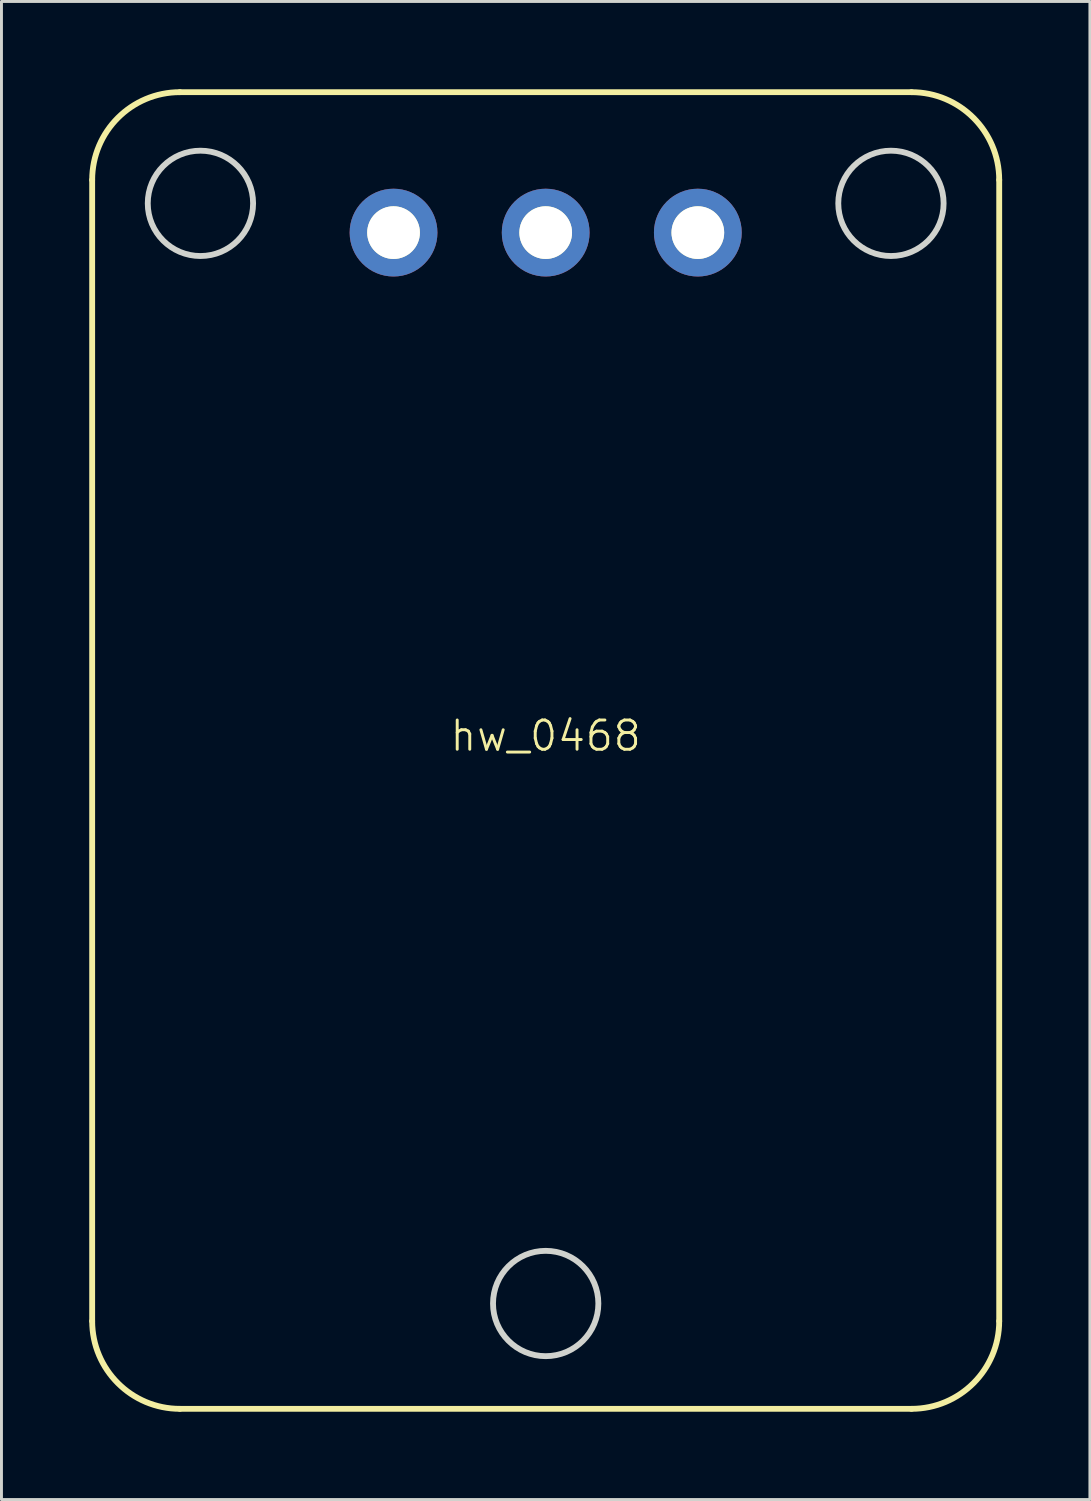
<source format=kicad_pcb>
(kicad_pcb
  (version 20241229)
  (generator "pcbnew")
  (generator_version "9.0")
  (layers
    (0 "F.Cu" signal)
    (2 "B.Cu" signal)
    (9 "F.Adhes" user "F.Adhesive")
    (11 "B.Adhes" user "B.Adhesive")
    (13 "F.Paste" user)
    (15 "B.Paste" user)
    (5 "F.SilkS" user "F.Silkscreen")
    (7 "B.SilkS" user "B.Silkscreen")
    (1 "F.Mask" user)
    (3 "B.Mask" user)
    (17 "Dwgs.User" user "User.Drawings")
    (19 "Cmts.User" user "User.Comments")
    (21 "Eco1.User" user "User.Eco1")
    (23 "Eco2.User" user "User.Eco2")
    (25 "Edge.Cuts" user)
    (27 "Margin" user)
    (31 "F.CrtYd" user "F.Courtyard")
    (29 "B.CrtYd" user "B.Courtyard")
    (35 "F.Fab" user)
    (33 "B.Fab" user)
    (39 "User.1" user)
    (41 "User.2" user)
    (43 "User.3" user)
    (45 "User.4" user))
  (footprint "hw_0468"
    (layer "F.Cu")
    (at 15.6 22.6)
    (property "Reference" "hw_0468" (at 0 -0.5 0) (unlocked yes) (layer "F.SilkS") (effects (font (size 1 1) (thickness 0.1))))
    (attr smd)
    (fp_line (start -15.5 -19.5) (end -15.5 19.5) (stroke (width 0.2) (type default)) (layer "F.SilkS"))
    (fp_line (start -12.5 22.5) (end 12.5 22.5) (stroke (width 0.2) (type default)) (layer "F.SilkS"))
    (fp_line (start 12.5 -22.5) (end -12.5 -22.5) (stroke (width 0.2) (type default)) (layer "F.SilkS"))
    (fp_line (start 15.5 19.5) (end 15.5 -19.5) (stroke (width 0.2) (type default)) (layer "F.SilkS"))
    (fp_arc (start -15.5 -19.5) (mid -14.62132 -21.621321) (end -12.499999 -22.500001) (stroke (width 0.2) (type default)) (layer "F.SilkS"))
    (fp_arc (start -12.499999 22.499999) (mid -14.62132 21.621319) (end -15.5 19.499998) (stroke (width 0.2) (type default)) (layer "F.SilkS"))
    (fp_arc (start 12.5 -22.500001) (mid 14.62132 -21.621321) (end 15.5 -19.500001) (stroke (width 0.2) (type default)) (layer "F.SilkS"))
    (fp_arc (start 15.5 19.499999) (mid 14.62132 21.621319) (end 12.5 22.499999) (stroke (width 0.2) (type default)) (layer "F.SilkS"))
    (fp_circle (center -5.2 -17.7) (end -4.4 -17.7) (stroke (width 0.2) (type default)) (fill no) (layer "F.SilkS"))
    (fp_circle (center 0 -17.7) (end 0.8 -17.7) (stroke (width 0.2) (type default)) (fill no) (layer "F.SilkS"))
    (fp_circle (center 5.2 -17.7) (end 6 -17.7) (stroke (width 0.2) (type default)) (fill no) (layer "F.SilkS"))
    (fp_circle (center -11.8 -18.7) (end -10 -18.7) (stroke (width 0.2) (type solid)) (fill no) (layer "Edge.Cuts"))
    (fp_circle (center 0 18.9) (end 1.8 18.9) (stroke (width 0.2) (type solid)) (fill no) (layer "Edge.Cuts"))
    (fp_circle (center 11.8 -18.7) (end 13.6 -18.7) (stroke (width 0.2) (type solid)) (fill no) (layer "Edge.Cuts"))
    (pad "1" thru_hole circle (at -5.2 -17.7) (size 3 3) (drill 1.8) (layers "*.Cu" "*.Mask"))
    (pad "2" thru_hole circle (at 0 -17.7) (size 3 3) (drill 1.8) (layers "*.Cu" "*.Mask"))
    (pad "3" thru_hole circle (at 5.2 -17.7) (size 3 3) (drill 1.8) (layers "*.Cu" "*.Mask")))
  (gr_rect
    (start -3 -3)
    (end 34.2 48.2)
    (stroke (width 0.1) (type default))
    (fill no)
    (layer "Edge.Cuts")))
</source>
